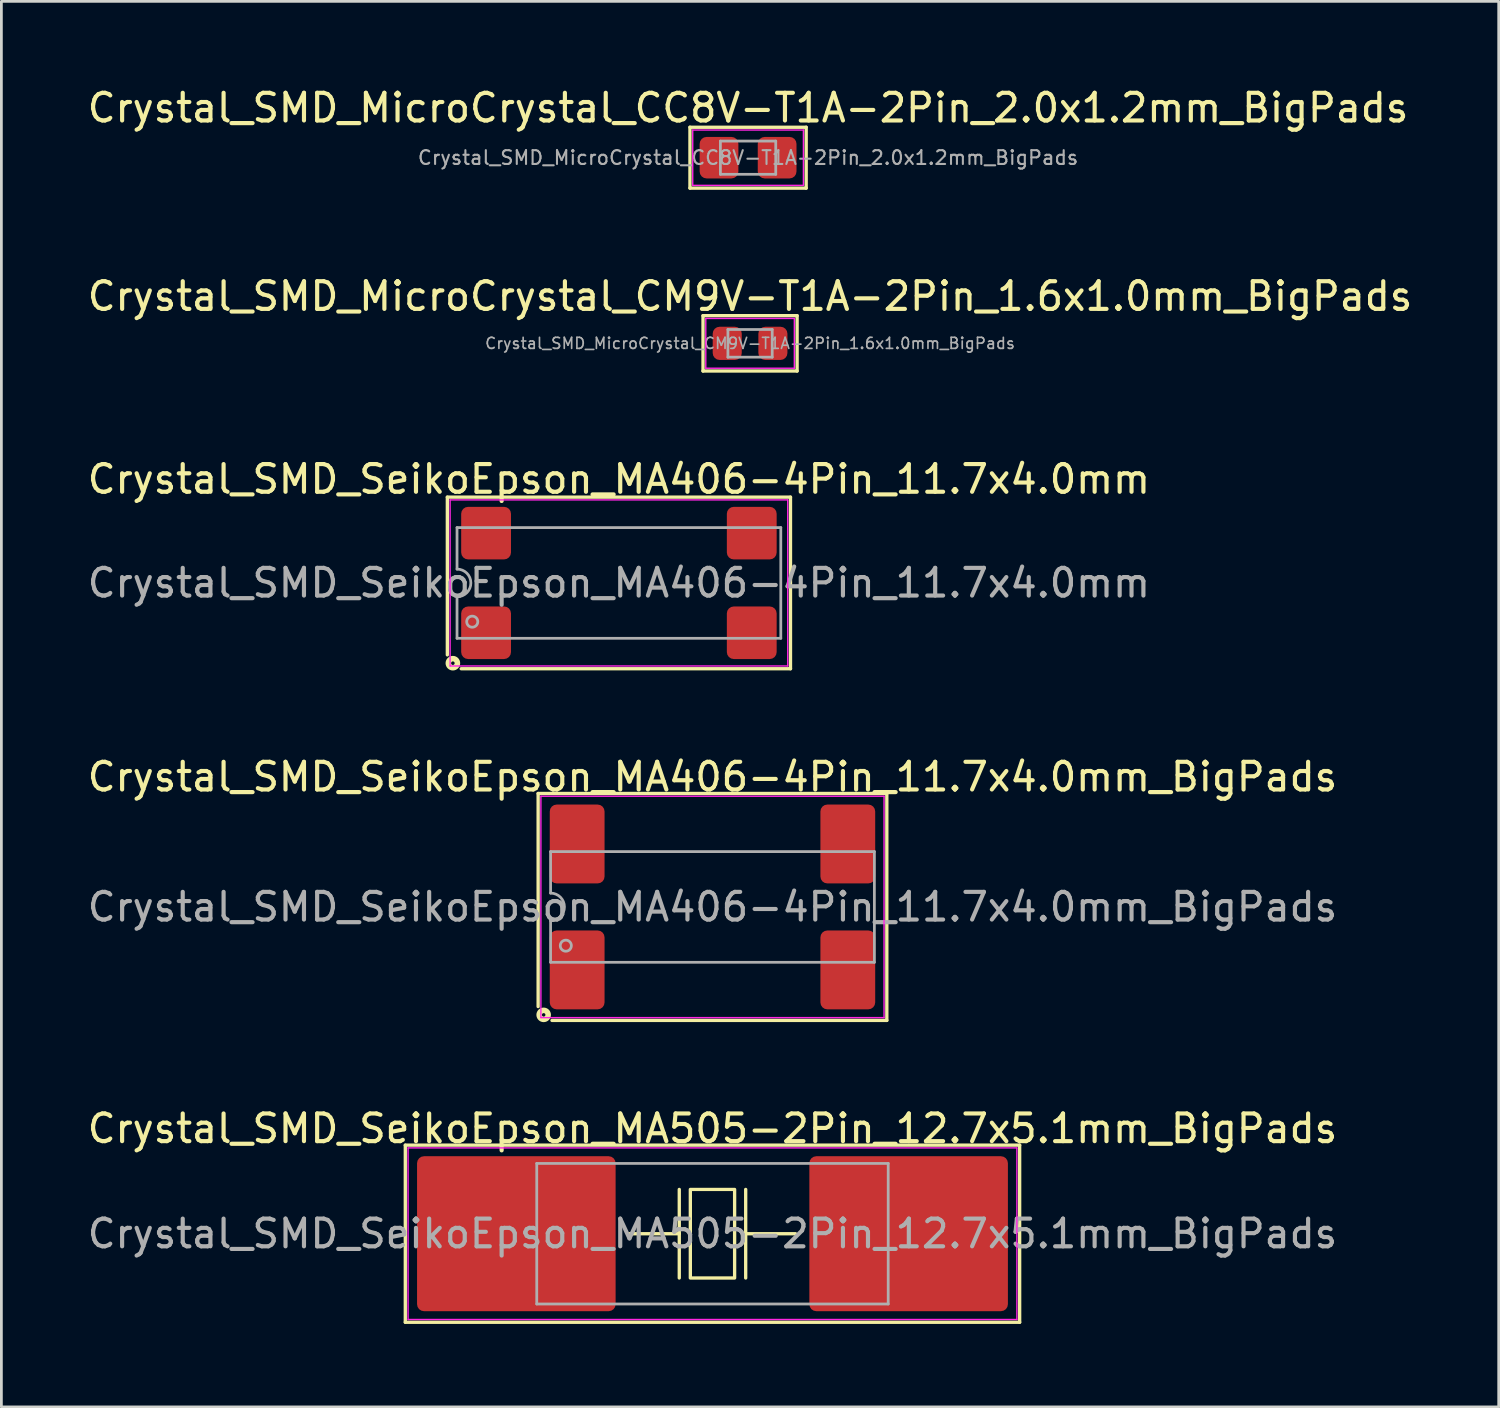
<source format=kicad_pcb>
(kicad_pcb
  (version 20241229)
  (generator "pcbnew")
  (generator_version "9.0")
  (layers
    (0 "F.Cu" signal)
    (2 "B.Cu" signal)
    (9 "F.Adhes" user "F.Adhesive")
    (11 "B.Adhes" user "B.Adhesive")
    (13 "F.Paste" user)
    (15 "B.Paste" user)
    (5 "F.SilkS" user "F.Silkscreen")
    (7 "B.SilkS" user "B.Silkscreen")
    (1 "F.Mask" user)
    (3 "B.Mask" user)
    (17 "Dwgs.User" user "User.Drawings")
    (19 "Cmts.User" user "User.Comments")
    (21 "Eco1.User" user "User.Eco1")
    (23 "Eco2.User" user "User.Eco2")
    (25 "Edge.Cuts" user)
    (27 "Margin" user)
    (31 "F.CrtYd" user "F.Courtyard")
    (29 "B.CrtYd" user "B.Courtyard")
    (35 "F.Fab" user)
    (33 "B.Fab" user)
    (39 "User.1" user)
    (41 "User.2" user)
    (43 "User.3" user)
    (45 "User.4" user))
  (footprint "Crystal_SMD_MicroCrystal_CC8V-T1A-2Pin_2.0x1.2mm_BigPads"
    (layer "F.Cu")
    (at 23.982 2.648)
    (property "Reference" "Crystal_SMD_MicroCrystal_CC8V-T1A-2Pin_2.0x1.2mm_BigPads" (at 0 -1.8 0) (layer "F.SilkS") (effects (font (size 1 1) (thickness 0.15))))
    (attr smd)
    (fp_line (start -2.1 -1.1) (end -2.1 1.1) (stroke (width 0.12) (type solid)) (layer "F.SilkS"))
    (fp_line (start -2.1 1.1) (end 2.1 1.1) (stroke (width 0.12) (type solid)) (layer "F.SilkS"))
    (fp_line (start 2.1 -1.1) (end -2.1 -1.1) (stroke (width 0.12) (type solid)) (layer "F.SilkS"))
    (fp_line (start 2.1 1.1) (end 2.1 -1.1) (stroke (width 0.12) (type solid)) (layer "F.SilkS"))
    (fp_line (start -2 -1) (end -2 1) (stroke (width 0.05) (type solid)) (layer "F.CrtYd"))
    (fp_line (start -2 1) (end 2 1) (stroke (width 0.05) (type solid)) (layer "F.CrtYd"))
    (fp_line (start 2 -1) (end -2 -1) (stroke (width 0.05) (type solid)) (layer "F.CrtYd"))
    (fp_line (start 2 1) (end 2 -1) (stroke (width 0.05) (type solid)) (layer "F.CrtYd"))
    (fp_line (start -1 -0.6) (end -1 0.6) (stroke (width 0.1) (type solid)) (layer "F.Fab"))
    (fp_line (start -1 0.6) (end 1 0.6) (stroke (width 0.1) (type solid)) (layer "F.Fab"))
    (fp_line (start 1 -0.6) (end -1 -0.6) (stroke (width 0.1) (type solid)) (layer "F.Fab"))
    (fp_line (start 1 0.6) (end 1 -0.6) (stroke (width 0.1) (type solid)) (layer "F.Fab"))
    (fp_text user "${REFERENCE}" (at 0 0 0) (layer "F.Fab") (effects (font (size 0.5 0.5) (thickness 0.075))))
    (pad "1" smd roundrect (at -1.05 0) (size 1.4 1.5) (layers "F.Cu" "F.Mask" "F.Paste") (roundrect_rratio 0.179))
    (pad "2" smd roundrect (at 1.05 0) (size 1.4 1.5) (layers "F.Cu" "F.Mask" "F.Paste") (roundrect_rratio 0.179)))
  (footprint "Crystal_SMD_SeikoEpson_MA505-2Pin_12.7x5.1mm_BigPads"
    (layer "F.Cu")
    (at 22.696 41.531)
    (property "Reference" "Crystal_SMD_SeikoEpson_MA505-2Pin_12.7x5.1mm_BigPads" (at 0 -3.8 0) (layer "F.SilkS") (effects (font (size 1 1) (thickness 0.15))))
    (attr smd)
    (fp_line (start -11.1 -3.2) (end -11.1 3.2) (stroke (width 0.12) (type solid)) (layer "F.SilkS"))
    (fp_line (start -11.1 3.2) (end 11.1 3.2) (stroke (width 0.12) (type solid)) (layer "F.SilkS"))
    (fp_line (start -1.2 -1.6) (end -1.2 1.6) (stroke (width 0.12) (type solid)) (layer "F.SilkS"))
    (fp_line (start -1.2 0) (end -3 0) (stroke (width 0.12) (type solid)) (layer "F.SilkS"))
    (fp_line (start 1.2 -1.6) (end 1.2 1.6) (stroke (width 0.12) (type solid)) (layer "F.SilkS"))
    (fp_line (start 1.2 0) (end 3 0) (stroke (width 0.12) (type solid)) (layer "F.SilkS"))
    (fp_line (start 11.1 -3.2) (end -11.1 -3.2) (stroke (width 0.12) (type solid)) (layer "F.SilkS"))
    (fp_line (start 11.1 3.2) (end 11.1 -3.2) (stroke (width 0.12) (type solid)) (layer "F.SilkS"))
    (fp_rect (start -0.8 -1.6) (end 0.8 1.6) (stroke (width 0.12) (type solid)) (fill no) (layer "F.SilkS"))
    (fp_line (start -11 -3.1) (end -11 3.1) (stroke (width 0.05) (type solid)) (layer "F.CrtYd"))
    (fp_line (start -11 3.1) (end 11 3.1) (stroke (width 0.05) (type solid)) (layer "F.CrtYd"))
    (fp_line (start 11 -3.1) (end -11 -3.1) (stroke (width 0.05) (type solid)) (layer "F.CrtYd"))
    (fp_line (start 11 3.1) (end 11 -3.1) (stroke (width 0.05) (type solid)) (layer "F.CrtYd"))
    (fp_line (start -6.35 -2.54) (end -6.35 2.54) (stroke (width 0.1) (type solid)) (layer "F.Fab"))
    (fp_line (start -6.35 2.54) (end 6.35 2.54) (stroke (width 0.1) (type solid)) (layer "F.Fab"))
    (fp_line (start 6.35 -2.54) (end -6.35 -2.54) (stroke (width 0.1) (type solid)) (layer "F.Fab"))
    (fp_line (start 6.35 2.54) (end 6.35 -2.54) (stroke (width 0.1) (type solid)) (layer "F.Fab"))
    (fp_text user "${REFERENCE}" (at 0 0 0) (layer "F.Fab") (effects (font (size 1 1) (thickness 0.15))))
    (pad "1" smd roundrect (at -7.088 0) (size 7.175 5.6) (layers "F.Cu" "F.Mask" "F.Paste") (roundrect_rratio 0.045))
    (pad "2" smd roundrect (at 7.088 0) (size 7.175 5.6) (layers "F.Cu" "F.Mask" "F.Paste") (roundrect_rratio 0.045)))
  (footprint "Crystal_SMD_MicroCrystal_CM9V-T1A-2Pin_1.6x1.0mm_BigPads"
    (layer "F.Cu")
    (at 24.054 9.357)
    (property "Reference" "Crystal_SMD_MicroCrystal_CM9V-T1A-2Pin_1.6x1.0mm_BigPads" (at 0 -1.7 0) (layer "F.SilkS") (effects (font (size 1 1) (thickness 0.15))))
    (attr smd)
    (fp_line (start -1.7 -1) (end -1.7 1) (stroke (width 0.12) (type solid)) (layer "F.SilkS"))
    (fp_line (start -1.7 1) (end 1.7 1) (stroke (width 0.12) (type solid)) (layer "F.SilkS"))
    (fp_line (start 1.7 -1) (end -1.7 -1) (stroke (width 0.12) (type solid)) (layer "F.SilkS"))
    (fp_line (start 1.7 1) (end 1.7 -1) (stroke (width 0.12) (type solid)) (layer "F.SilkS"))
    (fp_line (start -1.6 -0.9) (end -1.6 0.9) (stroke (width 0.05) (type solid)) (layer "F.CrtYd"))
    (fp_line (start -1.6 0.9) (end 1.6 0.9) (stroke (width 0.05) (type solid)) (layer "F.CrtYd"))
    (fp_line (start 1.6 -0.9) (end -1.6 -0.9) (stroke (width 0.05) (type solid)) (layer "F.CrtYd"))
    (fp_line (start 1.6 0.9) (end 1.6 -0.9) (stroke (width 0.05) (type solid)) (layer "F.CrtYd"))
    (fp_line (start -0.8 -0.5) (end -0.8 0.5) (stroke (width 0.1) (type solid)) (layer "F.Fab"))
    (fp_line (start -0.8 0.5) (end 0.8 0.5) (stroke (width 0.1) (type solid)) (layer "F.Fab"))
    (fp_line (start 0.8 -0.5) (end -0.8 -0.5) (stroke (width 0.1) (type solid)) (layer "F.Fab"))
    (fp_line (start 0.8 0.5) (end 0.8 -0.5) (stroke (width 0.1) (type solid)) (layer "F.Fab"))
    (fp_text user "${REFERENCE}" (at 0 0 0) (layer "F.Fab") (effects (font (size 0.4 0.4) (thickness 0.06))))
    (pad "1" smd roundrect (at -0.825 0) (size 1.05 1.2) (layers "F.Cu" "F.Mask" "F.Paste") (roundrect_rratio 0.238))
    (pad "2" smd roundrect (at 0.825 0) (size 1.05 1.2) (layers "F.Cu" "F.Mask" "F.Paste") (roundrect_rratio 0.238)))
  (footprint "Crystal_SMD_SeikoEpson_MA406-4Pin_11.7x4.0mm_BigPads"
    (layer "F.Cu")
    (at 22.696 29.723)
    (property "Reference" "Crystal_SMD_SeikoEpson_MA406-4Pin_11.7x4.0mm_BigPads" (at 0 -4.7 0) (layer "F.SilkS") (effects (font (size 1 1) (thickness 0.15))))
    (attr smd)
    (fp_line (start -6.3 -4.1) (end 6.3 -4.1) (stroke (width 0.12) (type solid)) (layer "F.SilkS"))
    (fp_line (start -6.3 3.6) (end -6.3 -4.1) (stroke (width 0.12) (type solid)) (layer "F.SilkS"))
    (fp_line (start 6.3 -4.1) (end 6.3 4.1) (stroke (width 0.12) (type solid)) (layer "F.SilkS"))
    (fp_line (start 6.3 4.1) (end -5.8 4.1) (stroke (width 0.12) (type solid)) (layer "F.SilkS"))
    (fp_circle (center -6.1 3.9) (end -6.037 3.9) (stroke (width 0.2) (type solid)) (fill no) (layer "F.SilkS"))
    (fp_line (start -6.2 -4) (end -6.2 4) (stroke (width 0.05) (type solid)) (layer "F.CrtYd"))
    (fp_line (start -6.2 4) (end 6.2 4) (stroke (width 0.05) (type solid)) (layer "F.CrtYd"))
    (fp_line (start 6.2 -4) (end -6.2 -4) (stroke (width 0.05) (type solid)) (layer "F.CrtYd"))
    (fp_line (start 6.2 4) (end 6.2 -4) (stroke (width 0.05) (type solid)) (layer "F.CrtYd"))
    (fp_line (start -5.85 -2) (end 5.85 -2) (stroke (width 0.1) (type solid)) (layer "F.Fab"))
    (fp_line (start -5.85 -0.5) (end -5.85 -2) (stroke (width 0.1) (type solid)) (layer "F.Fab"))
    (fp_line (start -5.85 2) (end -5.85 0.5) (stroke (width 0.1) (type solid)) (layer "F.Fab"))
    (fp_line (start 5.85 -2) (end 5.85 2) (stroke (width 0.1) (type solid)) (layer "F.Fab"))
    (fp_line (start 5.85 2) (end -5.85 2) (stroke (width 0.1) (type solid)) (layer "F.Fab"))
    (fp_arc (start -5.85 -0.5) (mid -5.35 0) (end -5.85 0.5) (stroke (width 0.1) (type solid)) (layer "F.Fab"))
    (fp_circle (center -5.3 1.4) (end -5.1 1.4) (stroke (width 0.1) (type solid)) (fill no) (layer "F.Fab"))
    (fp_text user "${REFERENCE}" (at 0 0 0) (layer "F.Fab") (effects (font (size 1 1) (thickness 0.15))))
    (pad "1" smd roundrect (at -4.89 2.275) (size 1.98 2.85) (layers "F.Cu" "F.Mask" "F.Paste") (roundrect_rratio 0.126))
    (pad "2" smd roundrect (at 4.89 2.275) (size 1.98 2.85) (layers "F.Cu" "F.Mask" "F.Paste") (roundrect_rratio 0.126))
    (pad "3" smd roundrect (at 4.89 -2.275) (size 1.98 2.85) (layers "F.Cu" "F.Mask" "F.Paste") (roundrect_rratio 0.126))
    (pad "4" smd roundrect (at -4.89 -2.275) (size 1.98 2.85) (layers "F.Cu" "F.Mask" "F.Paste") (roundrect_rratio 0.126)))
  (footprint "Crystal_SMD_SeikoEpson_MA406-4Pin_11.7x4.0mm"
    (layer "F.Cu")
    (at 19.315 18.015)
    (property "Reference" "Crystal_SMD_SeikoEpson_MA406-4Pin_11.7x4.0mm" (at 0 -3.75 0) (layer "F.SilkS") (effects (font (size 1 1) (thickness 0.15))))
    (attr smd)
    (fp_line (start -6.2 -3.1) (end -6.2 2.6) (stroke (width 0.12) (type solid)) (layer "F.SilkS"))
    (fp_line (start -6.2 -3.1) (end 6.2 -3.1) (stroke (width 0.12) (type solid)) (layer "F.SilkS"))
    (fp_line (start 6.2 -3.1) (end 6.2 3.1) (stroke (width 0.12) (type solid)) (layer "F.SilkS"))
    (fp_line (start 6.2 3.1) (end -5.7 3.1) (stroke (width 0.12) (type solid)) (layer "F.SilkS"))
    (fp_circle (center -6 2.9) (end -5.936 2.9) (stroke (width 0.2) (type solid)) (fill no) (layer "F.SilkS"))
    (fp_line (start -6.1 -3) (end -6.1 3) (stroke (width 0.05) (type solid)) (layer "F.CrtYd"))
    (fp_line (start -6.1 3) (end 6.1 3) (stroke (width 0.05) (type solid)) (layer "F.CrtYd"))
    (fp_line (start 6.1 -3) (end -6.1 -3) (stroke (width 0.05) (type solid)) (layer "F.CrtYd"))
    (fp_line (start 6.1 3) (end 6.1 -3) (stroke (width 0.05) (type solid)) (layer "F.CrtYd"))
    (fp_line (start -5.85 -2) (end 5.85 -2) (stroke (width 0.1) (type solid)) (layer "F.Fab"))
    (fp_line (start -5.85 -0.5) (end -5.85 -2) (stroke (width 0.1) (type solid)) (layer "F.Fab"))
    (fp_line (start -5.85 2) (end -5.85 0.5) (stroke (width 0.1) (type solid)) (layer "F.Fab"))
    (fp_line (start 5.85 -2) (end 5.85 2) (stroke (width 0.1) (type solid)) (layer "F.Fab"))
    (fp_line (start 5.85 2) (end -5.85 2) (stroke (width 0.1) (type solid)) (layer "F.Fab"))
    (fp_arc (start -5.85 -0.5) (mid -5.35 0) (end -5.85 0.5) (stroke (width 0.1) (type solid)) (layer "F.Fab"))
    (fp_circle (center -5.3 1.4) (end -5.1 1.4) (stroke (width 0.1) (type solid)) (fill no) (layer "F.Fab"))
    (fp_text user "${REFERENCE}" (at 0 0 0) (layer "F.Fab") (effects (font (size 1 1) (thickness 0.15))))
    (pad "1" smd roundrect (at -4.8 1.8) (size 1.8 1.9) (layers "F.Cu" "F.Mask" "F.Paste") (roundrect_rratio 0.139))
    (pad "2" smd roundrect (at 4.8 1.8) (size 1.8 1.9) (layers "F.Cu" "F.Mask" "F.Paste") (roundrect_rratio 0.139))
    (pad "3" smd roundrect (at 4.8 -1.8) (size 1.8 1.9) (layers "F.Cu" "F.Mask" "F.Paste") (roundrect_rratio 0.139))
    (pad "4" smd roundrect (at -4.8 -1.8) (size 1.8 1.9) (layers "F.Cu" "F.Mask" "F.Paste") (roundrect_rratio 0.139)))
  (gr_rect
    (start -3 -3)
    (end 51.107 47.791)
    (stroke (width 0.1) (type default))
    (fill no)
    (layer "Edge.Cuts")))
</source>
